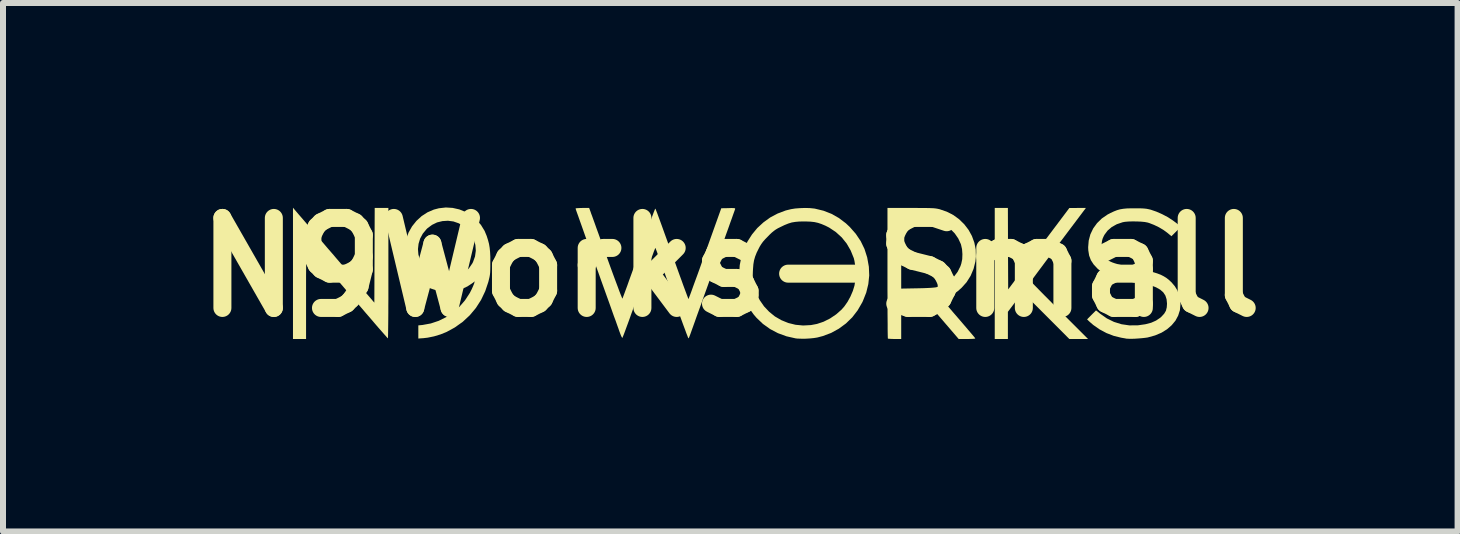
<source format=kicad_pcb>
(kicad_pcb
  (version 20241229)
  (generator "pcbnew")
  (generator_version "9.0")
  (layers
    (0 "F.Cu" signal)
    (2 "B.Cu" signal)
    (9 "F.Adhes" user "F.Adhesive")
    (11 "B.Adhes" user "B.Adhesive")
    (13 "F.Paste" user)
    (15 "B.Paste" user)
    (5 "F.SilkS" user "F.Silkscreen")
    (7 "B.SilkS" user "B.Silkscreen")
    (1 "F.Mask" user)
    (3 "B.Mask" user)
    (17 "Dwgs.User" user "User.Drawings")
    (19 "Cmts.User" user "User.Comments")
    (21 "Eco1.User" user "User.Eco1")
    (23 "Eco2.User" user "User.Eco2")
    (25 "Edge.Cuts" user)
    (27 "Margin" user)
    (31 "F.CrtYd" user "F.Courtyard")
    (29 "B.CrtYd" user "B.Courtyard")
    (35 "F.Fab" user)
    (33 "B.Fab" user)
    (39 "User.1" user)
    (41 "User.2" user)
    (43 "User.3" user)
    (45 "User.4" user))
  (footprint "N9Works-Small"
    (layer "F.Cu")
    (at 9.121 1.404)
    (property "Reference" "N9Works-Small" (at 0 0 0) (layer "F.SilkS") (effects (font (size 1.5 1.5) (thickness 0.3))))
    (attr board_only exclude_from_pos_files exclude_from_bom)
    (fp_poly (pts (xy 4.629 -0.309) (xy 4.632 0.369) (xy 5.141 -0.309) (xy 5.651 -0.987) (xy 5.789 -0.988) (xy 5.927 -0.988) (xy 5.469 -0.38) (xy 5.395 -0.281) (xy 5.324 -0.187) (xy 5.258 -0.099) (xy 5.198 -0.018) (xy 5.144 0.054) (xy 5.098 0.116) (xy 5.061 0.166) (xy 5.034 0.204) (xy 5.017 0.228) (xy 5.011 0.236) (xy 5.019 0.245) (xy 5.039 0.267) (xy 5.072 0.301) (xy 5.116 0.346) (xy 5.17 0.401) (xy 5.232 0.464) (xy 5.302 0.534) (xy 5.378 0.611) (xy 5.459 0.692) (xy 5.487 0.72) (xy 5.963 1.196) (xy 5.807 1.196) (xy 5.651 1.196) (xy 5.262 0.806) (xy 4.873 0.417) (xy 4.75 0.58) (xy 4.627 0.743) (xy 4.627 0.97) (xy 4.627 1.196) (xy 4.518 1.196) (xy 4.408 1.196) (xy 4.408 0.104) (xy 4.408 -0.988) (xy 4.517 -0.988) (xy 4.627 -0.988)) (stroke (width 0) (type solid)) (fill yes) (layer "F.SilkS"))
    (fp_poly (pts (xy -7.26 -0.959) (xy -7.249 -0.946) (xy -7.226 -0.919) (xy -7.191 -0.878) (xy -7.145 -0.825) (xy -7.09 -0.761) (xy -7.026 -0.687) (xy -6.955 -0.603) (xy -6.877 -0.512) (xy -6.793 -0.414) (xy -6.705 -0.311) (xy -6.612 -0.204) (xy -6.581 -0.167) (xy -5.932 0.59) (xy -5.929 -0.199) (xy -5.926 -0.988) (xy -5.812 -0.988) (xy -5.698 -0.988) (xy -5.698 0.099) (xy -5.698 0.247) (xy -5.698 0.39) (xy -5.698 0.525) (xy -5.699 0.651) (xy -5.699 0.767) (xy -5.7 0.872) (xy -5.701 0.964) (xy -5.702 1.042) (xy -5.703 1.105) (xy -5.704 1.15) (xy -5.705 1.177) (xy -5.706 1.185) (xy -5.714 1.178) (xy -5.734 1.155) (xy -5.766 1.119) (xy -5.809 1.07) (xy -5.862 1.01) (xy -5.923 0.939) (xy -5.992 0.858) (xy -6.069 0.769) (xy -6.151 0.673) (xy -6.239 0.571) (xy -6.331 0.464) (xy -6.385 0.401) (xy -6.479 0.291) (xy -6.569 0.185) (xy -6.654 0.086) (xy -6.734 -0.007) (xy -6.808 -0.093) (xy -6.874 -0.169) (xy -6.931 -0.236) (xy -6.979 -0.291) (xy -7.018 -0.335) (xy -7.045 -0.365) (xy -7.059 -0.382) (xy -7.062 -0.384) (xy -7.063 -0.374) (xy -7.065 -0.345) (xy -7.066 -0.298) (xy -7.067 -0.235) (xy -7.068 -0.158) (xy -7.068 -0.068) (xy -7.069 0.033) (xy -7.07 0.144) (xy -7.07 0.263) (xy -7.07 0.389) (xy -7.07 0.405) (xy -7.07 1.196) (xy -7.179 1.196) (xy -7.288 1.196) (xy -7.288 0.102) (xy -7.288 -0.992)) (stroke (width 0) (type solid)) (fill yes) (layer "F.SilkS"))
    (fp_poly (pts (xy -4.627 -0.989) (xy -4.516 -0.964) (xy -4.412 -0.922) (xy -4.316 -0.864) (xy -4.229 -0.791) (xy -4.155 -0.705) (xy -4.095 -0.607) (xy -4.06 -0.523) (xy -4.038 -0.454) (xy -4.021 -0.39) (xy -4.01 -0.325) (xy -4.003 -0.255) (xy -3.999 -0.174) (xy -3.999 -0.078) (xy -3.999 -0.007) (xy -4 0.047) (xy -4.002 0.09) (xy -4.006 0.127) (xy -4.012 0.161) (xy -4.021 0.199) (xy -4.032 0.244) (xy -4.084 0.399) (xy -4.153 0.544) (xy -4.239 0.678) (xy -4.341 0.8) (xy -4.458 0.909) (xy -4.59 1.003) (xy -4.727 1.078) (xy -4.828 1.119) (xy -4.937 1.152) (xy -5.045 1.174) (xy -5.113 1.182) (xy -5.199 1.188) (xy -5.199 1.079) (xy -5.199 0.969) (xy -5.128 0.962) (xy -4.991 0.937) (xy -4.859 0.893) (xy -4.734 0.831) (xy -4.618 0.752) (xy -4.513 0.658) (xy -4.42 0.55) (xy -4.341 0.429) (xy -4.31 0.368) (xy -4.292 0.328) (xy -4.277 0.292) (xy -4.267 0.267) (xy -4.267 0.264) (xy -4.259 0.235) (xy -4.3 0.267) (xy -4.381 0.32) (xy -4.475 0.363) (xy -4.574 0.392) (xy -4.642 0.404) (xy -4.765 0.407) (xy -4.882 0.39) (xy -4.993 0.354) (xy -5.096 0.299) (xy -5.191 0.224) (xy -5.214 0.203) (xy -5.29 0.114) (xy -5.349 0.018) (xy -5.393 -0.088) (xy -5.411 -0.167) (xy -5.421 -0.256) (xy -5.42 -0.303) (xy -5.205 -0.303) (xy -5.198 -0.215) (xy -5.175 -0.13) (xy -5.138 -0.051) (xy -5.086 0.022) (xy -5.02 0.084) (xy -4.941 0.135) (xy -4.85 0.171) (xy -4.845 0.173) (xy -4.791 0.182) (xy -4.727 0.186) (xy -4.662 0.183) (xy -4.605 0.174) (xy -4.601 0.173) (xy -4.507 0.138) (xy -4.424 0.085) (xy -4.354 0.016) (xy -4.298 -0.066) (xy -4.287 -0.088) (xy -4.254 -0.18) (xy -4.241 -0.275) (xy -4.248 -0.37) (xy -4.273 -0.462) (xy -4.316 -0.549) (xy -4.372 -0.623) (xy -4.445 -0.687) (xy -4.527 -0.733) (xy -4.614 -0.763) (xy -4.705 -0.775) (xy -4.797 -0.769) (xy -4.887 -0.747) (xy -4.971 -0.706) (xy -5.049 -0.648) (xy -5.063 -0.634) (xy -5.125 -0.559) (xy -5.169 -0.477) (xy -5.195 -0.391) (xy -5.205 -0.303) (xy -5.42 -0.303) (xy -5.42 -0.347) (xy -5.411 -0.432) (xy -5.402 -0.468) (xy -5.361 -0.58) (xy -5.303 -0.682) (xy -5.23 -0.773) (xy -5.144 -0.852) (xy -5.047 -0.915) (xy -4.94 -0.961) (xy -4.856 -0.983) (xy -4.74 -0.996)) (stroke (width 0) (type solid)) (fill yes) (layer "F.SilkS"))
    (fp_poly (pts (xy 3.116 -0.988) (xy 3.2 -0.987) (xy 3.268 -0.987) (xy 3.322 -0.986) (xy 3.366 -0.984) (xy 3.4 -0.982) (xy 3.428 -0.979) (xy 3.452 -0.975) (xy 3.475 -0.97) (xy 3.489 -0.967) (xy 3.608 -0.926) (xy 3.718 -0.87) (xy 3.815 -0.799) (xy 3.9 -0.716) (xy 3.972 -0.622) (xy 4.028 -0.52) (xy 4.068 -0.41) (xy 4.091 -0.295) (xy 4.094 -0.176) (xy 4.086 -0.097) (xy 4.055 0.027) (xy 4.006 0.143) (xy 3.939 0.249) (xy 3.854 0.344) (xy 3.795 0.396) (xy 3.76 0.422) (xy 3.717 0.449) (xy 3.67 0.476) (xy 3.625 0.5) (xy 3.586 0.518) (xy 3.557 0.529) (xy 3.548 0.53) (xy 3.537 0.536) (xy 3.537 0.54) (xy 3.544 0.55) (xy 3.564 0.573) (xy 3.594 0.609) (xy 3.633 0.656) (xy 3.68 0.711) (xy 3.733 0.773) (xy 3.792 0.841) (xy 3.811 0.863) (xy 3.87 0.932) (xy 3.925 0.996) (xy 3.974 1.054) (xy 4.016 1.103) (xy 4.049 1.142) (xy 4.072 1.17) (xy 4.083 1.185) (xy 4.084 1.186) (xy 4.076 1.19) (xy 4.049 1.193) (xy 4.008 1.195) (xy 3.954 1.196) (xy 3.947 1.196) (xy 3.807 1.196) (xy 3.539 0.884) (xy 3.271 0.572) (xy 3.06 0.572) (xy 2.849 0.572) (xy 2.849 0.884) (xy 2.849 1.196) (xy 2.741 1.196) (xy 2.696 1.195) (xy 2.659 1.193) (xy 2.634 1.191) (xy 2.627 1.189) (xy 2.626 1.178) (xy 2.625 1.147) (xy 2.624 1.098) (xy 2.623 1.033) (xy 2.623 0.953) (xy 2.622 0.858) (xy 2.621 0.751) (xy 2.621 0.633) (xy 2.621 0.505) (xy 2.62 0.368) (xy 2.62 0.225) (xy 2.62 0.097) (xy 2.62 -0.769) (xy 2.849 -0.769) (xy 2.849 -0.207) (xy 2.849 0.356) (xy 3.122 0.351) (xy 3.214 0.349) (xy 3.289 0.346) (xy 3.347 0.343) (xy 3.392 0.339) (xy 3.426 0.335) (xy 3.451 0.329) (xy 3.452 0.329) (xy 3.555 0.289) (xy 3.647 0.233) (xy 3.725 0.161) (xy 3.789 0.077) (xy 3.837 -0.019) (xy 3.851 -0.062) (xy 3.866 -0.135) (xy 3.869 -0.218) (xy 3.863 -0.301) (xy 3.846 -0.376) (xy 3.843 -0.386) (xy 3.8 -0.479) (xy 3.742 -0.563) (xy 3.67 -0.636) (xy 3.589 -0.694) (xy 3.579 -0.699) (xy 3.539 -0.72) (xy 3.498 -0.736) (xy 3.453 -0.748) (xy 3.403 -0.757) (xy 3.343 -0.763) (xy 3.27 -0.767) (xy 3.183 -0.769) (xy 3.107 -0.769) (xy 2.849 -0.769) (xy 2.62 -0.769) (xy 2.62 -0.988) (xy 3.013 -0.988)) (stroke (width 0) (type solid)) (fill yes) (layer "F.SilkS"))
    (fp_poly (pts (xy 1.325 -0.986) (xy 1.393 -0.979) (xy 1.409 -0.977) (xy 1.554 -0.942) (xy 1.687 -0.89) (xy 1.811 -0.82) (xy 1.927 -0.732) (xy 1.992 -0.671) (xy 2.092 -0.557) (xy 2.174 -0.435) (xy 2.237 -0.305) (xy 2.282 -0.164) (xy 2.309 -0.013) (xy 2.31 -0.007) (xy 2.316 0.136) (xy 2.301 0.28) (xy 2.266 0.423) (xy 2.21 0.564) (xy 2.199 0.587) (xy 2.123 0.718) (xy 2.033 0.835) (xy 1.928 0.937) (xy 1.81 1.024) (xy 1.681 1.095) (xy 1.542 1.147) (xy 1.451 1.171) (xy 1.394 1.18) (xy 1.326 1.187) (xy 1.253 1.191) (xy 1.182 1.191) (xy 1.12 1.189) (xy 1.087 1.185) (xy 0.937 1.151) (xy 0.795 1.099) (xy 0.664 1.03) (xy 0.544 0.944) (xy 0.437 0.842) (xy 0.39 0.787) (xy 0.342 0.72) (xy 0.295 0.642) (xy 0.251 0.558) (xy 0.215 0.475) (xy 0.189 0.4) (xy 0.188 0.396) (xy 0.158 0.251) (xy 0.15 0.132) (xy 0.375 0.132) (xy 0.376 0.181) (xy 0.379 0.222) (xy 0.384 0.261) (xy 0.393 0.303) (xy 0.394 0.307) (xy 0.434 0.433) (xy 0.491 0.548) (xy 0.563 0.652) (xy 0.648 0.742) (xy 0.744 0.82) (xy 0.851 0.882) (xy 0.966 0.929) (xy 1.088 0.959) (xy 1.214 0.971) (xy 1.344 0.964) (xy 1.445 0.945) (xy 1.555 0.908) (xy 1.663 0.854) (xy 1.764 0.786) (xy 1.854 0.707) (xy 1.902 0.652) (xy 1.955 0.576) (xy 2.003 0.488) (xy 2.043 0.395) (xy 2.07 0.307) (xy 2.082 0.233) (xy 2.089 0.148) (xy 2.088 0.059) (xy 2.082 -0.028) (xy 2.07 -0.105) (xy 2.059 -0.151) (xy 2.007 -0.279) (xy 1.94 -0.395) (xy 1.857 -0.498) (xy 1.759 -0.587) (xy 1.648 -0.661) (xy 1.587 -0.692) (xy 1.521 -0.72) (xy 1.461 -0.74) (xy 1.402 -0.753) (xy 1.337 -0.76) (xy 1.259 -0.763) (xy 1.232 -0.763) (xy 1.151 -0.762) (xy 1.084 -0.756) (xy 1.024 -0.746) (xy 0.966 -0.728) (xy 0.902 -0.702) (xy 0.842 -0.673) (xy 0.795 -0.65) (xy 0.758 -0.628) (xy 0.726 -0.605) (xy 0.692 -0.577) (xy 0.652 -0.539) (xy 0.629 -0.515) (xy 0.581 -0.466) (xy 0.545 -0.425) (xy 0.517 -0.386) (xy 0.492 -0.346) (xy 0.477 -0.317) (xy 0.44 -0.243) (xy 0.414 -0.177) (xy 0.396 -0.114) (xy 0.385 -0.047) (xy 0.379 0.031) (xy 0.377 0.068) (xy 0.375 0.132) (xy 0.15 0.132) (xy 0.149 0.107) (xy 0.158 -0.035) (xy 0.185 -0.172) (xy 0.228 -0.305) (xy 0.288 -0.43) (xy 0.362 -0.546) (xy 0.45 -0.653) (xy 0.552 -0.747) (xy 0.665 -0.829) (xy 0.789 -0.895) (xy 0.924 -0.946) (xy 1.013 -0.968) (xy 1.082 -0.979) (xy 1.161 -0.985) (xy 1.245 -0.988)) (stroke (width 0) (type solid)) (fill yes) (layer "F.SilkS"))
    (fp_poly (pts (xy 6.807 -0.982) (xy 6.862 -0.981) (xy 6.904 -0.978) (xy 6.94 -0.974) (xy 6.974 -0.967) (xy 7.008 -0.959) (xy 7.101 -0.927) (xy 7.199 -0.884) (xy 7.294 -0.834) (xy 7.378 -0.779) (xy 7.387 -0.772) (xy 7.436 -0.736) (xy 7.469 -0.709) (xy 7.488 -0.688) (xy 7.493 -0.671) (xy 7.486 -0.653) (xy 7.466 -0.63) (xy 7.436 -0.6) (xy 7.43 -0.594) (xy 7.353 -0.517) (xy 7.282 -0.576) (xy 7.219 -0.622) (xy 7.143 -0.667) (xy 7.062 -0.706) (xy 6.985 -0.736) (xy 6.956 -0.745) (xy 6.909 -0.754) (xy 6.848 -0.76) (xy 6.778 -0.763) (xy 6.706 -0.764) (xy 6.637 -0.762) (xy 6.578 -0.757) (xy 6.54 -0.75) (xy 6.442 -0.717) (xy 6.358 -0.67) (xy 6.289 -0.611) (xy 6.236 -0.54) (xy 6.223 -0.515) (xy 6.206 -0.477) (xy 6.196 -0.44) (xy 6.19 -0.395) (xy 6.188 -0.363) (xy 6.189 -0.289) (xy 6.2 -0.229) (xy 6.222 -0.181) (xy 6.259 -0.142) (xy 6.304 -0.111) (xy 6.334 -0.095) (xy 6.368 -0.08) (xy 6.408 -0.066) (xy 6.458 -0.051) (xy 6.519 -0.036) (xy 6.594 -0.019) (xy 6.686 -0.000042) (xy 6.737 0.01) (xy 6.856 0.035) (xy 6.957 0.058) (xy 7.042 0.08) (xy 7.113 0.102) (xy 7.174 0.125) (xy 7.225 0.151) (xy 7.27 0.179) (xy 7.311 0.211) (xy 7.35 0.248) (xy 7.351 0.248) (xy 7.409 0.316) (xy 7.452 0.387) (xy 7.481 0.467) (xy 7.494 0.52) (xy 7.503 0.62) (xy 7.494 0.716) (xy 7.465 0.806) (xy 7.42 0.89) (xy 7.357 0.966) (xy 7.279 1.034) (xy 7.187 1.091) (xy 7.081 1.136) (xy 6.962 1.169) (xy 6.96 1.17) (xy 6.918 1.176) (xy 6.865 1.182) (xy 6.805 1.187) (xy 6.743 1.191) (xy 6.686 1.193) (xy 6.638 1.192) (xy 6.605 1.19) (xy 6.602 1.19) (xy 6.578 1.185) (xy 6.542 1.179) (xy 6.514 1.174) (xy 6.392 1.144) (xy 6.27 1.097) (xy 6.154 1.035) (xy 6.05 0.962) (xy 5.991 0.911) (xy 5.947 0.869) (xy 6.021 0.794) (xy 6.096 0.719) (xy 6.164 0.774) (xy 6.277 0.853) (xy 6.395 0.911) (xy 6.521 0.95) (xy 6.652 0.969) (xy 6.79 0.968) (xy 6.808 0.966) (xy 6.919 0.95) (xy 7.015 0.925) (xy 7.096 0.889) (xy 7.166 0.842) (xy 7.187 0.823) (xy 7.232 0.774) (xy 7.261 0.725) (xy 7.275 0.668) (xy 7.279 0.606) (xy 7.272 0.534) (xy 7.252 0.472) (xy 7.217 0.419) (xy 7.166 0.374) (xy 7.097 0.335) (xy 7.009 0.301) (xy 6.984 0.292) (xy 6.952 0.284) (xy 6.903 0.272) (xy 6.844 0.259) (xy 6.776 0.245) (xy 6.706 0.231) (xy 6.692 0.228) (xy 6.573 0.204) (xy 6.473 0.182) (xy 6.388 0.16) (xy 6.317 0.137) (xy 6.258 0.113) (xy 6.207 0.087) (xy 6.164 0.058) (xy 6.124 0.026) (xy 6.121 0.023) (xy 6.056 -0.047) (xy 6.01 -0.118) (xy 5.981 -0.195) (xy 5.967 -0.283) (xy 5.965 -0.333) (xy 5.974 -0.444) (xy 6.002 -0.549) (xy 6.049 -0.647) (xy 6.113 -0.735) (xy 6.193 -0.813) (xy 6.289 -0.879) (xy 6.337 -0.904) (xy 6.395 -0.931) (xy 6.446 -0.951) (xy 6.495 -0.965) (xy 6.548 -0.974) (xy 6.608 -0.98) (xy 6.681 -0.982) (xy 6.737 -0.982)) (stroke (width 0) (type solid)) (fill yes) (layer "F.SilkS"))
    (fp_poly (pts (xy -2.326 -0.918) (xy -2.319 -0.896) (xy -2.304 -0.857) (xy -2.284 -0.801) (xy -2.259 -0.732) (xy -2.23 -0.65) (xy -2.196 -0.557) (xy -2.16 -0.456) (xy -2.121 -0.347) (xy -2.08 -0.233) (xy -2.053 -0.158) (xy -2.012 -0.044) (xy -1.973 0.063) (xy -1.936 0.164) (xy -1.902 0.255) (xy -1.872 0.335) (xy -1.847 0.403) (xy -1.826 0.457) (xy -1.81 0.496) (xy -1.801 0.518) (xy -1.798 0.523) (xy -1.793 0.512) (xy -1.782 0.483) (xy -1.765 0.438) (xy -1.743 0.378) (xy -1.716 0.305) (xy -1.686 0.22) (xy -1.652 0.126) (xy -1.615 0.024) (xy -1.576 -0.085) (xy -1.556 -0.14) (xy -1.503 -0.289) (xy -1.456 -0.419) (xy -1.416 -0.532) (xy -1.381 -0.629) (xy -1.351 -0.711) (xy -1.326 -0.779) (xy -1.306 -0.835) (xy -1.289 -0.88) (xy -1.276 -0.915) (xy -1.266 -0.94) (xy -1.259 -0.958) (xy -1.254 -0.969) (xy -1.25 -0.975) (xy -1.248 -0.977) (xy -1.248 -0.977) (xy -1.244 -0.968) (xy -1.233 -0.94) (xy -1.216 -0.896) (xy -1.194 -0.836) (xy -1.167 -0.763) (xy -1.136 -0.678) (xy -1.102 -0.583) (xy -1.064 -0.478) (xy -1.023 -0.365) (xy -0.981 -0.247) (xy -0.972 -0.224) (xy -0.929 -0.104) (xy -0.888 0.01) (xy -0.85 0.116) (xy -0.814 0.214) (xy -0.783 0.301) (xy -0.755 0.376) (xy -0.732 0.438) (xy -0.714 0.486) (xy -0.702 0.517) (xy -0.697 0.53) (xy -0.697 0.53) (xy -0.692 0.521) (xy -0.682 0.493) (xy -0.665 0.449) (xy -0.643 0.389) (xy -0.617 0.316) (xy -0.586 0.231) (xy -0.551 0.136) (xy -0.513 0.031) (xy -0.473 -0.082) (xy -0.43 -0.201) (xy -0.421 -0.226) (xy -0.15 -0.983) (xy -0.032 -0.985) (xy 0.019 -0.987) (xy 0.052 -0.986) (xy 0.072 -0.984) (xy 0.08 -0.98) (xy 0.082 -0.973) (xy 0.081 -0.97) (xy 0.077 -0.958) (xy 0.066 -0.927) (xy 0.049 -0.88) (xy 0.027 -0.817) (xy -0.001 -0.74) (xy -0.033 -0.649) (xy -0.07 -0.547) (xy -0.11 -0.434) (xy -0.153 -0.313) (xy -0.2 -0.183) (xy -0.249 -0.047) (xy -0.295 0.083) (xy -0.346 0.224) (xy -0.395 0.361) (xy -0.442 0.491) (xy -0.485 0.613) (xy -0.526 0.726) (xy -0.563 0.828) (xy -0.595 0.919) (xy -0.623 0.997) (xy -0.646 1.061) (xy -0.663 1.109) (xy -0.674 1.139) (xy -0.679 1.151) (xy -0.688 1.174) (xy -0.696 1.185) (xy -0.696 1.185) (xy -0.7 1.18) (xy -0.707 1.164) (xy -0.717 1.137) (xy -0.733 1.097) (xy -0.752 1.044) (xy -0.777 0.978) (xy -0.807 0.896) (xy -0.842 0.8) (xy -0.882 0.687) (xy -0.929 0.557) (xy -0.982 0.409) (xy -1.041 0.242) (xy -1.062 0.185) (xy -1.097 0.087) (xy -1.13 -0.004) (xy -1.16 -0.088) (xy -1.187 -0.161) (xy -1.21 -0.223) (xy -1.228 -0.272) (xy -1.241 -0.305) (xy -1.247 -0.321) (xy -1.248 -0.322) (xy -1.252 -0.315) (xy -1.26 -0.295) (xy -1.274 -0.26) (xy -1.292 -0.21) (xy -1.317 -0.145) (xy -1.346 -0.064) (xy -1.382 0.034) (xy -1.423 0.148) (xy -1.471 0.28) (xy -1.525 0.43) (xy -1.585 0.598) (xy -1.652 0.785) (xy -1.676 0.853) (xy -1.704 0.93) (xy -1.73 1) (xy -1.753 1.063) (xy -1.772 1.114) (xy -1.787 1.151) (xy -1.796 1.173) (xy -1.798 1.178) (xy -1.804 1.172) (xy -1.816 1.151) (xy -1.83 1.117) (xy -1.84 1.09) (xy -1.849 1.066) (xy -1.863 1.025) (xy -1.884 0.967) (xy -1.91 0.893) (xy -1.942 0.807) (xy -1.977 0.708) (xy -2.016 0.598) (xy -2.059 0.479) (xy -2.104 0.353) (xy -2.152 0.22) (xy -2.201 0.082) (xy -2.227 0.011) (xy -2.276 -0.126) (xy -2.323 -0.257) (xy -2.367 -0.382) (xy -2.409 -0.498) (xy -2.447 -0.606) (xy -2.481 -0.702) (xy -2.511 -0.786) (xy -2.536 -0.857) (xy -2.556 -0.912) (xy -2.57 -0.952) (xy -2.577 -0.975) (xy -2.578 -0.979) (xy -2.569 -0.983) (xy -2.543 -0.985) (xy -2.504 -0.987) (xy -2.465 -0.988) (xy -2.352 -0.988)) (stroke (width 0) (type solid)) (fill yes) (layer "F.SilkS")))
  (gr_rect
    (start -3 -3)
    (end 21.243 5.808)
    (stroke (width 0.1) (type default))
    (fill no)
    (layer "Edge.Cuts")))
</source>
